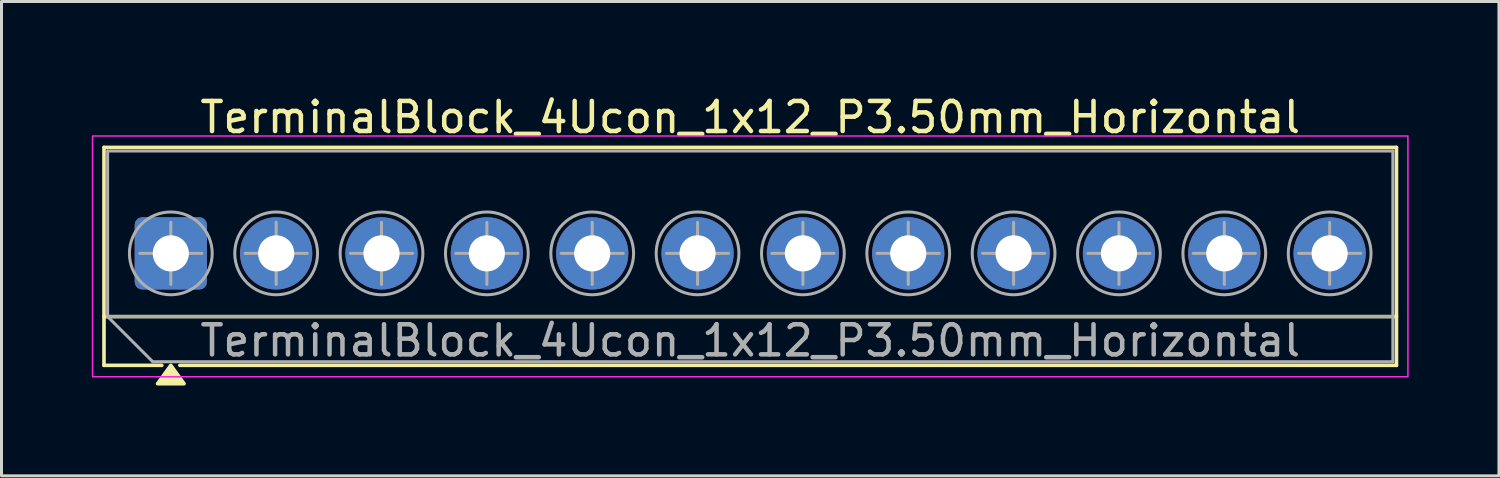
<source format=kicad_pcb>
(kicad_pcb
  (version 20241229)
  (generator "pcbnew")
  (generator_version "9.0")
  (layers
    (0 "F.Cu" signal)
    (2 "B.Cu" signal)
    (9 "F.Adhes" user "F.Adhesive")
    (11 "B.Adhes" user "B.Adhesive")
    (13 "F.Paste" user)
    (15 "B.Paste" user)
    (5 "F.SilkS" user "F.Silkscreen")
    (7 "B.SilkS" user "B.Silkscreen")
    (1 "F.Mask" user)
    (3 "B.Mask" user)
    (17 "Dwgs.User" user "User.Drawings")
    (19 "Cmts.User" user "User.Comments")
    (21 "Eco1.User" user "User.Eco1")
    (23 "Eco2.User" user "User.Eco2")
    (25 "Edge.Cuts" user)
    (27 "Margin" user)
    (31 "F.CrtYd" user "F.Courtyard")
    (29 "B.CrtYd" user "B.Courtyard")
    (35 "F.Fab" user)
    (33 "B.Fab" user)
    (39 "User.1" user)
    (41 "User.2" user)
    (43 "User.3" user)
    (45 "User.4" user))
  (footprint "TerminalBlock_4Ucon_1x12_P3.50mm_Horizontal"
    (layer "F.Cu")
    (at 2.625 5.368)
    (property "Reference" "TerminalBlock_4Ucon_1x12_P3.50mm_Horizontal" (at 19.25 -4.52 0) (layer "F.SilkS") (effects (font (size 1 1) (thickness 0.15))))
    (attr through_hole)
    (fp_line (start -2.22 -3.52) (end 40.72 -3.52) (stroke (width 0.12) (type solid)) (layer "F.SilkS"))
    (fp_line (start -2.22 2.1) (end 40.72 2.1) (stroke (width 0.12) (type solid)) (layer "F.SilkS"))
    (fp_line (start -2.22 3.72) (end -2.22 -3.52) (stroke (width 0.12) (type solid)) (layer "F.SilkS"))
    (fp_line (start -0.3 3.72) (end -2.22 3.72) (stroke (width 0.12) (type solid)) (layer "F.SilkS"))
    (fp_line (start 40.72 -3.52) (end 40.72 3.72) (stroke (width 0.12) (type solid)) (layer "F.SilkS"))
    (fp_line (start 40.72 3.72) (end 0.3 3.72) (stroke (width 0.12) (type solid)) (layer "F.SilkS"))
    (fp_poly (pts (xy 0 3.72) (xy 0.44 4.33) (xy -0.44 4.33)) (stroke (width 0.12) (type solid)) (fill yes) (layer "F.SilkS"))
    (fp_rect (start -2.6 -3.9) (end 41.1 4.1) (stroke (width 0.05) (type solid)) (fill no) (layer "F.CrtYd"))
    (fp_line (start -2.1 -3.4) (end 40.6 -3.4) (stroke (width 0.1) (type solid)) (layer "F.Fab"))
    (fp_line (start -2.1 2.1) (end -2.1 -3.4) (stroke (width 0.1) (type solid)) (layer "F.Fab"))
    (fp_line (start -2.1 2.1) (end 40.6 2.1) (stroke (width 0.1) (type solid)) (layer "F.Fab"))
    (fp_line (start -1.031 0) (end 1.031 0) (stroke (width 0.1) (type solid)) (layer "F.Fab"))
    (fp_line (start -0.6 3.6) (end -2.1 2.1) (stroke (width 0.1) (type solid)) (layer "F.Fab"))
    (fp_line (start 0 -1.031) (end 0 1.031) (stroke (width 0.1) (type solid)) (layer "F.Fab"))
    (fp_line (start 2.469 0) (end 4.531 0) (stroke (width 0.1) (type solid)) (layer "F.Fab"))
    (fp_line (start 3.5 -1.031) (end 3.5 1.031) (stroke (width 0.1) (type solid)) (layer "F.Fab"))
    (fp_line (start 5.969 0) (end 8.031 0) (stroke (width 0.1) (type solid)) (layer "F.Fab"))
    (fp_line (start 7 -1.031) (end 7 1.031) (stroke (width 0.1) (type solid)) (layer "F.Fab"))
    (fp_line (start 9.469 0) (end 11.531 0) (stroke (width 0.1) (type solid)) (layer "F.Fab"))
    (fp_line (start 10.5 -1.031) (end 10.5 1.031) (stroke (width 0.1) (type solid)) (layer "F.Fab"))
    (fp_line (start 12.969 0) (end 15.031 0) (stroke (width 0.1) (type solid)) (layer "F.Fab"))
    (fp_line (start 14 -1.031) (end 14 1.031) (stroke (width 0.1) (type solid)) (layer "F.Fab"))
    (fp_line (start 16.469 0) (end 18.531 0) (stroke (width 0.1) (type solid)) (layer "F.Fab"))
    (fp_line (start 17.5 -1.031) (end 17.5 1.031) (stroke (width 0.1) (type solid)) (layer "F.Fab"))
    (fp_line (start 19.969 0) (end 22.031 0) (stroke (width 0.1) (type solid)) (layer "F.Fab"))
    (fp_line (start 21 -1.031) (end 21 1.031) (stroke (width 0.1) (type solid)) (layer "F.Fab"))
    (fp_line (start 23.469 0) (end 25.531 0) (stroke (width 0.1) (type solid)) (layer "F.Fab"))
    (fp_line (start 24.5 -1.031) (end 24.5 1.031) (stroke (width 0.1) (type solid)) (layer "F.Fab"))
    (fp_line (start 26.969 0) (end 29.031 0) (stroke (width 0.1) (type solid)) (layer "F.Fab"))
    (fp_line (start 28 -1.031) (end 28 1.031) (stroke (width 0.1) (type solid)) (layer "F.Fab"))
    (fp_line (start 30.469 0) (end 32.531 0) (stroke (width 0.1) (type solid)) (layer "F.Fab"))
    (fp_line (start 31.5 -1.031) (end 31.5 1.031) (stroke (width 0.1) (type solid)) (layer "F.Fab"))
    (fp_line (start 33.969 0) (end 36.031 0) (stroke (width 0.1) (type solid)) (layer "F.Fab"))
    (fp_line (start 35 -1.031) (end 35 1.031) (stroke (width 0.1) (type solid)) (layer "F.Fab"))
    (fp_line (start 37.469 0) (end 39.531 0) (stroke (width 0.1) (type solid)) (layer "F.Fab"))
    (fp_line (start 38.5 -1.031) (end 38.5 1.031) (stroke (width 0.1) (type solid)) (layer "F.Fab"))
    (fp_line (start 40.6 -3.4) (end 40.6 3.6) (stroke (width 0.1) (type solid)) (layer "F.Fab"))
    (fp_line (start 40.6 3.6) (end -0.6 3.6) (stroke (width 0.1) (type solid)) (layer "F.Fab"))
    (fp_circle (center 0 0) (end 1.375 0) (stroke (width 0.1) (type solid)) (fill no) (layer "F.Fab"))
    (fp_circle (center 3.5 0) (end 4.875 0) (stroke (width 0.1) (type solid)) (fill no) (layer "F.Fab"))
    (fp_circle (center 7 0) (end 8.375 0) (stroke (width 0.1) (type solid)) (fill no) (layer "F.Fab"))
    (fp_circle (center 10.5 0) (end 11.875 0) (stroke (width 0.1) (type solid)) (fill no) (layer "F.Fab"))
    (fp_circle (center 14 0) (end 15.375 0) (stroke (width 0.1) (type solid)) (fill no) (layer "F.Fab"))
    (fp_circle (center 17.5 0) (end 18.875 0) (stroke (width 0.1) (type solid)) (fill no) (layer "F.Fab"))
    (fp_circle (center 21 0) (end 22.375 0) (stroke (width 0.1) (type solid)) (fill no) (layer "F.Fab"))
    (fp_circle (center 24.5 0) (end 25.875 0) (stroke (width 0.1) (type solid)) (fill no) (layer "F.Fab"))
    (fp_circle (center 28 0) (end 29.375 0) (stroke (width 0.1) (type solid)) (fill no) (layer "F.Fab"))
    (fp_circle (center 31.5 0) (end 32.875 0) (stroke (width 0.1) (type solid)) (fill no) (layer "F.Fab"))
    (fp_circle (center 35 0) (end 36.375 0) (stroke (width 0.1) (type solid)) (fill no) (layer "F.Fab"))
    (fp_circle (center 38.5 0) (end 39.875 0) (stroke (width 0.1) (type solid)) (fill no) (layer "F.Fab"))
    (fp_text user "${REFERENCE}" (at 19.25 2.9 0) (layer "F.Fab") (effects (font (size 1 1) (thickness 0.15))))
    (pad "1" thru_hole roundrect (at 0 0) (size 2.4 2.4) (drill 1.2) (layers "*.Cu" "*.Mask") (roundrect_rratio 0.104))
    (pad "2" thru_hole circle (at 3.5 0) (size 2.4 2.4) (drill 1.2) (layers "*.Cu" "*.Mask"))
    (pad "3" thru_hole circle (at 7 0) (size 2.4 2.4) (drill 1.2) (layers "*.Cu" "*.Mask"))
    (pad "4" thru_hole circle (at 10.5 0) (size 2.4 2.4) (drill 1.2) (layers "*.Cu" "*.Mask"))
    (pad "5" thru_hole circle (at 14 0) (size 2.4 2.4) (drill 1.2) (layers "*.Cu" "*.Mask"))
    (pad "6" thru_hole circle (at 17.5 0) (size 2.4 2.4) (drill 1.2) (layers "*.Cu" "*.Mask"))
    (pad "7" thru_hole circle (at 21 0) (size 2.4 2.4) (drill 1.2) (layers "*.Cu" "*.Mask"))
    (pad "8" thru_hole circle (at 24.5 0) (size 2.4 2.4) (drill 1.2) (layers "*.Cu" "*.Mask"))
    (pad "9" thru_hole circle (at 28 0) (size 2.4 2.4) (drill 1.2) (layers "*.Cu" "*.Mask"))
    (pad "10" thru_hole circle (at 31.5 0) (size 2.4 2.4) (drill 1.2) (layers "*.Cu" "*.Mask"))
    (pad "11" thru_hole circle (at 35 0) (size 2.4 2.4) (drill 1.2) (layers "*.Cu" "*.Mask"))
    (pad "12" thru_hole circle (at 38.5 0) (size 2.4 2.4) (drill 1.2) (layers "*.Cu" "*.Mask")))
  (gr_rect
    (start -3 -3)
    (end 46.75 12.758)
    (stroke (width 0.1) (type default))
    (fill no)
    (layer "Edge.Cuts")))
</source>
